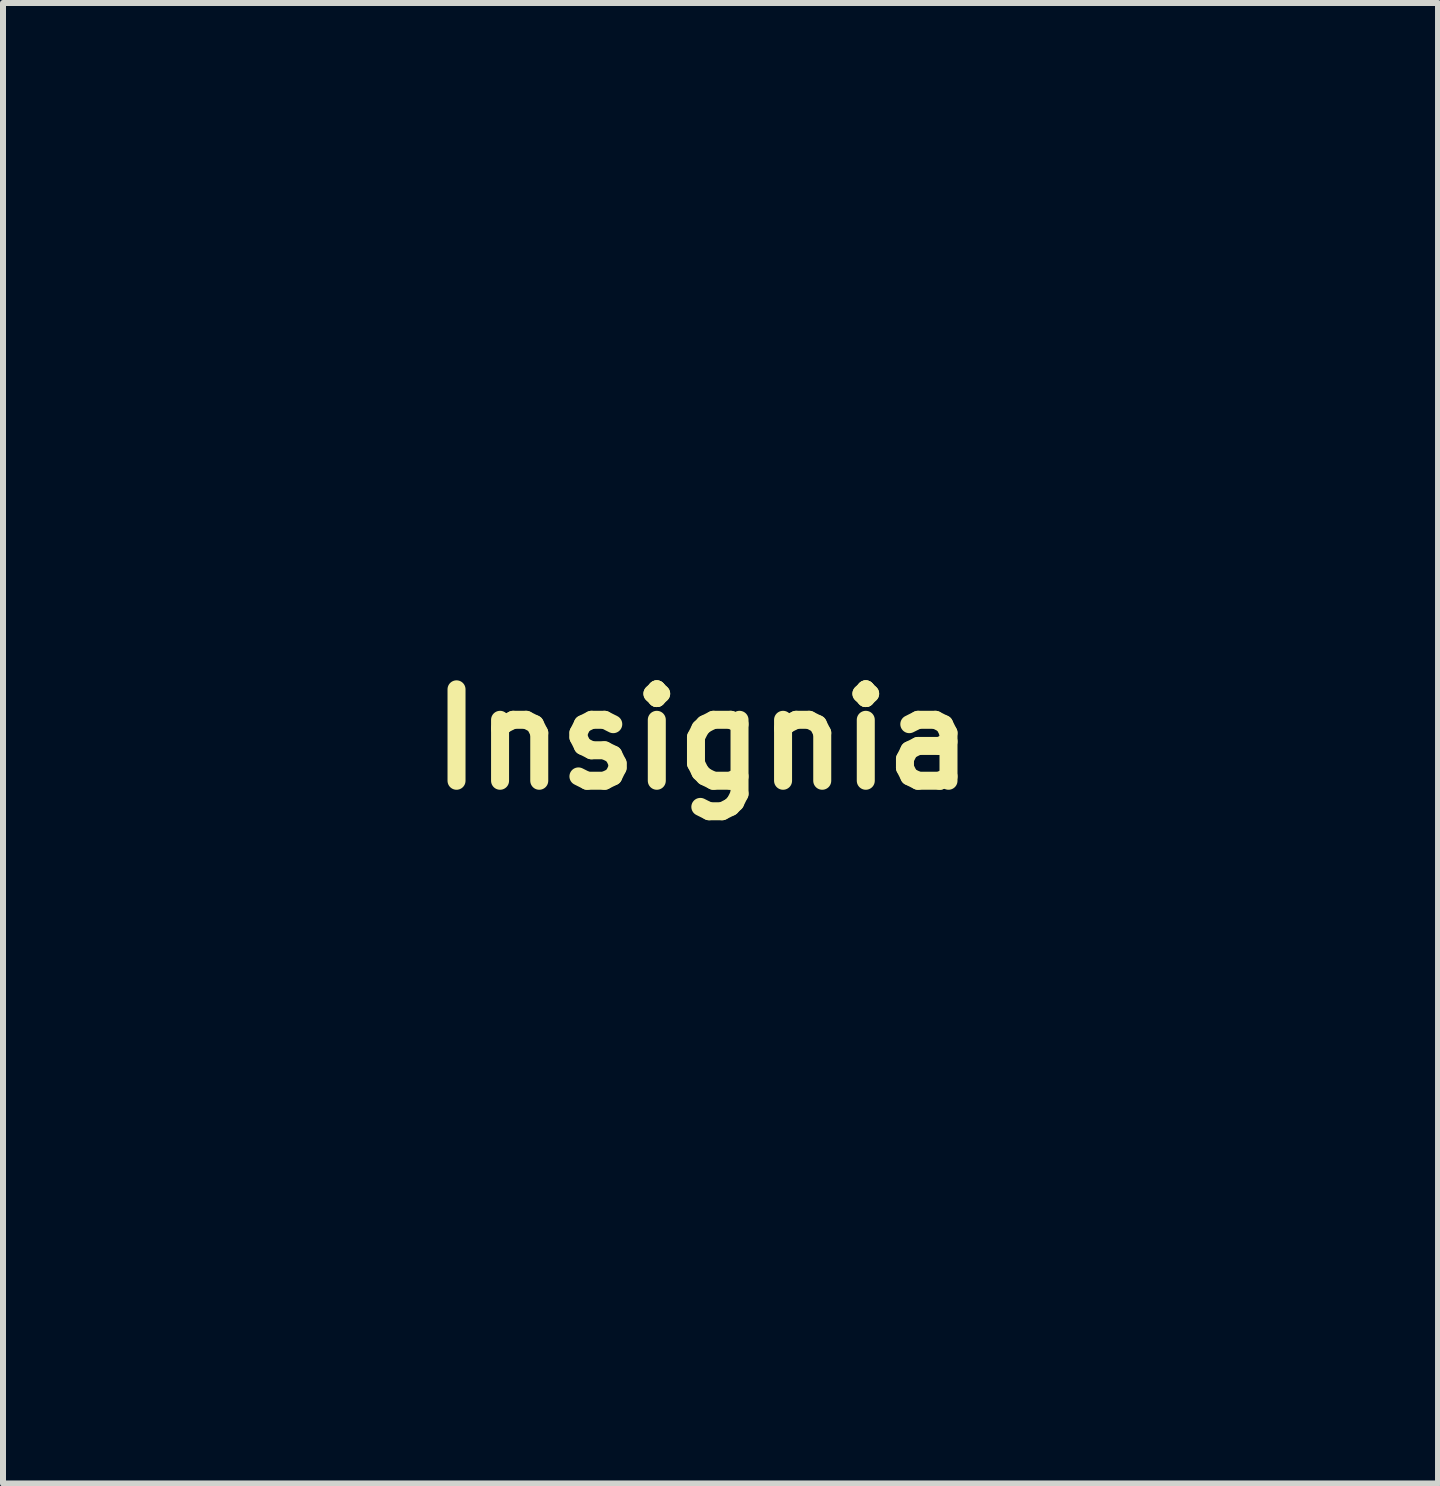
<source format=kicad_pcb>
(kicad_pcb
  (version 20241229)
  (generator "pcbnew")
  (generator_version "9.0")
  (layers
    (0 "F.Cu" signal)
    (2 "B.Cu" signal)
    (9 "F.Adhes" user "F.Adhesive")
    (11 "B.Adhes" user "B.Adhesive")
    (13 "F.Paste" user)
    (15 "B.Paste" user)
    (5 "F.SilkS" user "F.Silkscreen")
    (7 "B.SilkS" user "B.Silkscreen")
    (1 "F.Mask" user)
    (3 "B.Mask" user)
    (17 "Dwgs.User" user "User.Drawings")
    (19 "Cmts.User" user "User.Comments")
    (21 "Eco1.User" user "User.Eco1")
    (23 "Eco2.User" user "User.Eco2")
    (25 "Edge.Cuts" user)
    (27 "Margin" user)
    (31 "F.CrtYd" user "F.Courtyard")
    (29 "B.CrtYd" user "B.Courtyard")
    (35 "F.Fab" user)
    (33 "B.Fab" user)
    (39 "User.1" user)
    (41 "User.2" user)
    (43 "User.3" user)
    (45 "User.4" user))
  (footprint "Insignia"
    (layer "F.Cu")
    (at 8.66 9.275)
    (property "Reference" "Insignia" (at 0 0 0) (layer "F.SilkS") (effects (font (size 1.524 1.524) (thickness 0.3))))
    (attr through_hole)
    (fp_poly (pts (xy 6.689 -1.82) (xy 6.646 -1.778) (xy 6.604 -1.82) (xy 6.646 -1.863) (xy 6.689 -1.82)) (stroke (width 0.01) (type solid)) (fill no) (layer "Eco2.User"))
    (fp_poly (pts (xy -5.362 9.342) (xy -5.374 9.392) (xy -5.419 9.398) (xy -5.488 9.367) (xy -5.475 9.342) (xy -5.375 9.331) (xy -5.362 9.342)) (stroke (width 0.01) (type solid)) (fill no) (layer "Eco2.User"))
    (fp_poly (pts (xy 1.665 -6.999) (xy 1.675 -6.899) (xy 1.665 -6.886) (xy 1.615 -6.898) (xy 1.609 -6.943) (xy 1.64 -7.012) (xy 1.665 -6.999)) (stroke (width 0.01) (type solid)) (fill no) (layer "Eco2.User"))
    (fp_poly (pts (xy -3.915 2.59) (xy -4.033 2.776) (xy -4.07 2.825) (xy -4.233 2.999) (xy -4.329 3.035) (xy -4.344 2.933) (xy -4.308 2.802) (xy -4.197 2.613) (xy -4.059 2.514) (xy -3.924 2.506) (xy -3.915 2.59)) (stroke (width 0.01) (type solid)) (fill no) (layer "Eco2.User"))
    (fp_poly (pts (xy -5.767 -1.272) (xy -5.554 -1.205) (xy -5.275 -1.087) (xy -5.207 -1.054) (xy -4.909 -0.9) (xy -4.766 -0.806) (xy -4.78 -0.773) (xy -4.948 -0.804) (xy -5.207 -0.88) (xy -5.559 -1.007) (xy -5.791 -1.127) (xy -5.886 -1.228) (xy -5.872 -1.273) (xy -5.767 -1.272)) (stroke (width 0.01) (type solid)) (fill no) (layer "Eco2.User"))
    (fp_poly (pts (xy 0.532 -8.222) (xy 0.568 -8.096) (xy 0.52 -8.015) (xy 0.426 -7.879) (xy 0.285 -7.65) (xy 0.163 -7.44) (xy 0.038 -7.233) (xy -0.04 -7.131) (xy -0.054 -7.154) (xy 0.04 -7.508) (xy 0.135 -7.767) (xy 0.258 -8) (xy 0.274 -8.028) (xy 0.413 -8.211) (xy 0.515 -8.236) (xy 0.532 -8.222)) (stroke (width 0.01) (type solid)) (fill no) (layer "Eco2.User"))
    (fp_poly (pts (xy -6.579 8.613) (xy -6.44 8.737) (xy -6.433 8.746) (xy -6.253 8.914) (xy -6.001 9.084) (xy -5.907 9.134) (xy -5.707 9.246) (xy -5.668 9.304) (xy -5.72 9.313) (xy -5.888 9.269) (xy -6.128 9.157) (xy -6.281 9.068) (xy -6.567 8.872) (xy -6.714 8.734) (xy -6.733 8.638) (xy -6.687 8.592) (xy -6.579 8.613)) (stroke (width 0.01) (type solid)) (fill no) (layer "Eco2.User"))
    (fp_poly (pts (xy 6.914 -1.744) (xy 7.126 -1.66) (xy 7.376 -1.547) (xy 7.616 -1.427) (xy 7.798 -1.324) (xy 7.874 -1.26) (xy 7.874 -1.259) (xy 7.858 -1.208) (xy 7.79 -1.208) (xy 7.643 -1.271) (xy 7.391 -1.405) (xy 7.239 -1.489) (xy 6.996 -1.629) (xy 6.835 -1.732) (xy 6.787 -1.775) (xy 6.789 -1.776) (xy 6.914 -1.744)) (stroke (width 0.01) (type solid)) (fill no) (layer "Eco2.User"))
    (fp_poly (pts (xy 2.189 3.563) (xy 2.178 3.602) (xy 2.125 3.698) (xy 2.017 3.878) (xy 1.838 4.165) (xy 1.755 4.297) (xy 1.566 4.594) (xy 1.446 4.76) (xy 1.381 4.812) (xy 1.357 4.765) (xy 1.355 4.715) (xy 1.4 4.608) (xy 1.518 4.414) (xy 1.679 4.174) (xy 1.855 3.928) (xy 2.016 3.717) (xy 2.133 3.583) (xy 2.172 3.556) (xy 2.189 3.563)) (stroke (width 0.01) (type solid)) (fill no) (layer "Eco2.User"))
    (fp_poly (pts (xy 2.578 -3.098) (xy 2.462 -2.924) (xy 2.27 -2.703) (xy 2.028 -2.466) (xy 1.763 -2.244) (xy 1.676 -2.179) (xy 1.395 -1.97) (xy 1.15 -1.773) (xy 0.991 -1.629) (xy 0.982 -1.619) (xy 0.784 -1.463) (xy 0.613 -1.47) (xy 0.521 -1.55) (xy 0.503 -1.636) (xy 0.58 -1.761) (xy 0.771 -1.948) (xy 0.913 -2.071) (xy 1.169 -2.276) (xy 1.472 -2.501) (xy 1.789 -2.724) (xy 2.09 -2.926) (xy 2.345 -3.085) (xy 2.522 -3.181) (xy 2.589 -3.197) (xy 2.578 -3.098)) (stroke (width 0.01) (type solid)) (fill no) (layer "Eco2.User"))
    (fp_poly (pts (xy -1.078 -2.945) (xy -0.889 -2.814) (xy -0.684 -2.641) (xy -0.498 -2.452) (xy -0.373 -2.29) (xy -0.182 -2.019) (xy 0.069 -1.705) (xy 0.279 -1.467) (xy 0.489 -1.238) (xy 0.596 -1.098) (xy 0.613 -1.015) (xy 0.556 -0.958) (xy 0.52 -0.938) (xy 0.401 -0.877) (xy 0.313 -0.865) (xy 0.216 -0.923) (xy 0.07 -1.07) (xy -0.079 -1.232) (xy -0.247 -1.431) (xy -0.454 -1.704) (xy -0.677 -2.016) (xy -0.894 -2.333) (xy -1.08 -2.62) (xy -1.213 -2.845) (xy -1.269 -2.971) (xy -1.27 -2.977) (xy -1.216 -3.009) (xy -1.078 -2.945)) (stroke (width 0.01) (type solid)) (fill no) (layer "Eco2.User"))
    (fp_poly (pts (xy 1.542 -1.202) (xy 1.58 -1.166) (xy 1.635 -1.088) (xy 1.617 -1.007) (xy 1.505 -0.892) (xy 1.279 -0.715) (xy 1.215 -0.668) (xy 0.964 -0.489) (xy 0.649 -0.275) (xy 0.3 -0.044) (xy -0.053 0.183) (xy -0.379 0.388) (xy -0.648 0.551) (xy -0.829 0.653) (xy -0.889 0.677) (xy -0.87 0.619) (xy -0.767 0.469) (xy -0.661 0.333) (xy -0.47 0.137) (xy -0.182 -0.114) (xy 0.156 -0.379) (xy 0.371 -0.535) (xy 0.698 -0.762) (xy 0.986 -0.965) (xy 1.199 -1.115) (xy 1.286 -1.178) (xy 1.428 -1.252) (xy 1.542 -1.202)) (stroke (width 0.01) (type solid)) (fill no) (layer "Eco2.User"))
    (fp_poly (pts (xy 1.889 -1.831) (xy 2.063 -1.672) (xy 2.224 -1.512) (xy 2.398 -1.319) (xy 2.617 -1.051) (xy 2.861 -0.733) (xy 3.112 -0.392) (xy 3.352 -0.053) (xy 3.563 0.257) (xy 3.726 0.514) (xy 3.823 0.691) (xy 3.836 0.761) (xy 3.833 0.762) (xy 3.726 0.721) (xy 3.536 0.619) (xy 3.455 0.571) (xy 3.262 0.413) (xy 3.021 0.158) (xy 2.776 -0.145) (xy 2.704 -0.245) (xy 2.444 -0.591) (xy 2.155 -0.94) (xy 1.893 -1.224) (xy 1.85 -1.267) (xy 1.632 -1.478) (xy 1.522 -1.609) (xy 1.502 -1.695) (xy 1.558 -1.773) (xy 1.602 -1.815) (xy 1.693 -1.886) (xy 1.777 -1.897) (xy 1.889 -1.831)) (stroke (width 0.01) (type solid)) (fill no) (layer "Eco2.User"))
    (fp_poly (pts (xy -4.413 4.212) (xy -4.403 4.335) (xy -4.418 4.525) (xy -4.46 4.821) (xy -4.519 5.164) (xy -4.528 5.212) (xy -4.706 5.824) (xy -5.011 6.443) (xy -5.456 7.092) (xy -5.652 7.336) (xy -6.128 7.82) (xy -6.677 8.227) (xy -7.263 8.538) (xy -7.85 8.734) (xy -8.401 8.796) (xy -8.412 8.795) (xy -8.603 8.788) (xy -8.655 8.777) (xy -8.56 8.753) (xy -8.307 8.71) (xy -8.301 8.709) (xy -7.549 8.508) (xy -6.871 8.163) (xy -6.256 7.667) (xy -5.739 7.076) (xy -5.353 6.53) (xy -5.076 6.047) (xy -4.887 5.582) (xy -4.765 5.09) (xy -4.741 4.953) (xy -4.679 4.647) (xy -4.602 4.397) (xy -4.524 4.226) (xy -4.456 4.157) (xy -4.413 4.212)) (stroke (width 0.01) (type solid)) (fill no) (layer "Eco2.User"))
    (fp_poly (pts (xy -3.328 2.757) (xy -3.395 2.885) (xy -3.563 3.073) (xy -3.815 3.3) (xy -3.959 3.415) (xy -4.313 3.715) (xy -4.728 4.104) (xy -5.163 4.541) (xy -5.576 4.985) (xy -5.928 5.393) (xy -6.121 5.642) (xy -6.481 6.213) (xy -6.737 6.776) (xy -6.875 7.295) (xy -6.893 7.468) (xy -6.926 7.733) (xy -6.983 7.897) (xy -7.049 7.943) (xy -7.105 7.852) (xy -7.128 7.731) (xy -7.113 7.178) (xy -6.944 6.581) (xy -6.618 5.937) (xy -6.135 5.244) (xy -5.494 4.5) (xy -5.216 4.21) (xy -4.957 3.961) (xy -4.65 3.684) (xy -4.323 3.404) (xy -4.005 3.143) (xy -3.723 2.925) (xy -3.507 2.773) (xy -3.384 2.71) (xy -3.378 2.709) (xy -3.328 2.757)) (stroke (width 0.01) (type solid)) (fill no) (layer "Eco2.User"))
    (fp_poly (pts (xy -5.099 -2.365) (xy -5.201 -2.264) (xy -5.376 -2.11) (xy -5.886 -1.64) (xy -6.263 -1.225) (xy -6.523 -0.836) (xy -6.684 -0.446) (xy -6.76 -0.029) (xy -6.773 0.257) (xy -6.714 0.832) (xy -6.537 1.287) (xy -6.239 1.623) (xy -5.82 1.84) (xy -5.279 1.94) (xy -5.056 1.947) (xy -4.474 1.89) (xy -3.818 1.728) (xy -3.136 1.473) (xy -2.786 1.308) (xy -2.364 1.095) (xy -2.584 1.426) (xy -2.854 1.704) (xy -3.258 1.948) (xy -3.764 2.146) (xy -4.336 2.283) (xy -4.911 2.347) (xy -5.291 2.357) (xy -5.562 2.341) (xy -5.783 2.289) (xy -6.015 2.193) (xy -6.054 2.174) (xy -6.518 1.886) (xy -6.841 1.527) (xy -7.034 1.078) (xy -7.11 0.52) (xy -7.112 0.394) (xy -7.045 -0.264) (xy -6.843 -0.827) (xy -6.649 -1.133) (xy -6.422 -1.381) (xy -6.099 -1.674) (xy -5.73 -1.971) (xy -5.365 -2.229) (xy -5.249 -2.301) (xy -5.117 -2.375) (xy -5.099 -2.365)) (stroke (width 0.01) (type solid)) (fill no) (layer "Eco2.User"))
    (fp_poly (pts (xy 7.807 -5.274) (xy 8.335 -5.097) (xy 8.749 -4.811) (xy 9.039 -4.422) (xy 9.152 -4.132) (xy 9.233 -3.684) (xy 9.255 -3.178) (xy 9.22 -2.677) (xy 9.132 -2.246) (xy 9.077 -2.094) (xy 8.843 -1.696) (xy 8.495 -1.271) (xy 8.073 -0.863) (xy 7.731 -0.594) (xy 7.324 -0.305) (xy 7.884 -0.904) (xy 8.324 -1.418) (xy 8.632 -1.887) (xy 8.823 -2.349) (xy 8.916 -2.84) (xy 8.93 -3.175) (xy 8.887 -3.748) (xy 8.75 -4.195) (xy 8.511 -4.538) (xy 8.241 -4.75) (xy 8.045 -4.853) (xy 7.836 -4.911) (xy 7.559 -4.936) (xy 7.244 -4.938) (xy 6.785 -4.913) (xy 6.363 -4.837) (xy 5.935 -4.697) (xy 5.459 -4.48) (xy 4.894 -4.17) (xy 4.877 -4.161) (xy 4.561 -3.98) (xy 4.302 -3.835) (xy 4.135 -3.746) (xy 4.089 -3.725) (xy 4.105 -3.791) (xy 4.186 -3.958) (xy 4.249 -4.074) (xy 4.481 -4.348) (xy 4.845 -4.617) (xy 5.305 -4.864) (xy 5.826 -5.074) (xy 6.37 -5.232) (xy 6.901 -5.32) (xy 7.177 -5.334) (xy 7.807 -5.274)) (stroke (width 0.01) (type solid)) (fill no) (layer "Eco2.User"))
    (fp_poly (pts (xy -0.435 -9.24) (xy 0.096 -9.122) (xy 0.317 -9.026) (xy 0.648 -8.787) (xy 0.98 -8.436) (xy 1.268 -8.023) (xy 1.391 -7.789) (xy 1.532 -7.462) (xy 1.596 -7.264) (xy 1.585 -7.2) (xy 1.501 -7.279) (xy 1.349 -7.505) (xy 1.305 -7.578) (xy 0.967 -8.095) (xy 0.646 -8.468) (xy 0.314 -8.717) (xy -0.058 -8.862) (xy -0.499 -8.921) (xy -0.677 -8.925) (xy -1.255 -8.871) (xy -1.712 -8.702) (xy -2.058 -8.41) (xy -2.304 -7.985) (xy -2.455 -7.452) (xy -2.493 -7.01) (xy -2.437 -6.53) (xy -2.282 -5.985) (xy -2.022 -5.348) (xy -1.94 -5.173) (xy -1.777 -4.824) (xy -1.648 -4.537) (xy -1.566 -4.342) (xy -1.544 -4.271) (xy -1.625 -4.292) (xy -1.801 -4.371) (xy -1.87 -4.405) (xy -2.04 -4.515) (xy -2.178 -4.67) (xy -2.313 -4.91) (xy -2.445 -5.208) (xy -2.719 -5.933) (xy -2.884 -6.558) (xy -2.942 -7.109) (xy -2.894 -7.613) (xy -2.743 -8.096) (xy -2.666 -8.265) (xy -2.451 -8.619) (xy -2.192 -8.861) (xy -2.089 -8.926) (xy -1.58 -9.14) (xy -1.011 -9.245) (xy -0.435 -9.24)) (stroke (width 0.01) (type solid)) (fill no) (layer "Eco2.User"))
    (fp_poly (pts (xy 4.297 2.067) (xy 4.479 2.154) (xy 4.562 2.196) (xy 4.769 2.33) (xy 4.918 2.514) (xy 5.052 2.801) (xy 5.066 2.839) (xy 5.257 3.513) (xy 5.31 4.16) (xy 5.232 4.76) (xy 5.026 5.293) (xy 4.699 5.739) (xy 4.255 6.078) (xy 4.25 6.081) (xy 3.943 6.199) (xy 3.541 6.283) (xy 3.11 6.327) (xy 2.716 6.323) (xy 2.455 6.276) (xy 1.929 6.021) (xy 1.436 5.625) (xy 1.007 5.119) (xy 0.679 4.549) (xy 0.516 4.176) (xy 0.419 3.925) (xy 0.391 3.803) (xy 0.431 3.817) (xy 0.541 3.973) (xy 0.646 4.149) (xy 0.862 4.475) (xy 1.148 4.846) (xy 1.452 5.193) (xy 1.519 5.263) (xy 1.919 5.629) (xy 2.285 5.862) (xy 2.661 5.979) (xy 3.091 5.999) (xy 3.285 5.984) (xy 3.831 5.858) (xy 4.271 5.601) (xy 4.606 5.212) (xy 4.704 5.035) (xy 4.879 4.516) (xy 4.907 3.964) (xy 4.786 3.365) (xy 4.515 2.704) (xy 4.514 2.703) (xy 4.37 2.405) (xy 4.264 2.176) (xy 4.212 2.048) (xy 4.211 2.032) (xy 4.297 2.067)) (stroke (width 0.01) (type solid)) (fill no) (layer "Eco2.User"))
    (fp_poly (pts (xy -4.585 -5.268) (xy -4.288 -5.201) (xy -4.035 -5.114) (xy -3.659 -4.956) (xy -3.182 -4.738) (xy -2.629 -4.472) (xy -2.023 -4.17) (xy -1.389 -3.842) (xy -0.748 -3.502) (xy -0.127 -3.16) (xy 0.165 -2.995) (xy 0.532 -2.785) (xy 0.77 -2.64) (xy 0.9 -2.542) (xy 0.942 -2.472) (xy 0.914 -2.413) (xy 0.849 -2.355) (xy 0.748 -2.285) (xy 0.649 -2.268) (xy 0.512 -2.316) (xy 0.293 -2.439) (xy 0.143 -2.53) (xy -0.326 -2.808) (xy -0.876 -3.116) (xy -1.472 -3.439) (xy -2.08 -3.758) (xy -2.667 -4.055) (xy -3.198 -4.313) (xy -3.64 -4.515) (xy -3.87 -4.61) (xy -4.594 -4.835) (xy -5.231 -4.922) (xy -5.778 -4.869) (xy -6.234 -4.678) (xy -6.557 -4.393) (xy -6.877 -3.904) (xy -7.033 -3.403) (xy -7.023 -2.902) (xy -6.849 -2.415) (xy -6.529 -1.976) (xy -6.419 -1.832) (xy -6.432 -1.737) (xy -6.471 -1.698) (xy -6.574 -1.666) (xy -6.712 -1.742) (xy -6.862 -1.879) (xy -7.213 -2.337) (xy -7.407 -2.836) (xy -7.444 -3.358) (xy -7.325 -3.882) (xy -7.05 -4.39) (xy -6.797 -4.691) (xy -6.351 -5.049) (xy -5.84 -5.264) (xy -5.255 -5.336) (xy -4.585 -5.268)) (stroke (width 0.01) (type solid)) (fill no) (layer "Eco2.User"))
    (fp_poly (pts (xy 8.723 -0.798) (xy 8.87 -0.592) (xy 9.002 -0.315) (xy 9.102 0.001) (xy 9.154 0.326) (xy 9.157 0.414) (xy 9.086 1.029) (xy 8.876 1.571) (xy 8.548 2.024) (xy 8.121 2.375) (xy 7.616 2.609) (xy 7.052 2.712) (xy 6.45 2.669) (xy 6.138 2.587) (xy 5.754 2.441) (xy 5.259 2.22) (xy 4.686 1.942) (xy 4.067 1.624) (xy 3.435 1.284) (xy 2.823 0.939) (xy 2.262 0.605) (xy 1.785 0.301) (xy 1.626 0.192) (xy 1.354 -0.008) (xy 1.207 -0.144) (xy 1.164 -0.239) (xy 1.191 -0.304) (xy 1.303 -0.405) (xy 1.347 -0.423) (xy 1.435 -0.379) (xy 1.636 -0.258) (xy 1.922 -0.077) (xy 2.265 0.146) (xy 2.353 0.204) (xy 2.751 0.453) (xy 3.255 0.749) (xy 3.815 1.063) (xy 4.386 1.37) (xy 4.794 1.58) (xy 6.284 2.328) (xy 6.945 2.328) (xy 7.295 2.322) (xy 7.536 2.293) (xy 7.724 2.226) (xy 7.92 2.107) (xy 7.971 2.072) (xy 8.408 1.672) (xy 8.697 1.197) (xy 8.832 0.656) (xy 8.842 0.476) (xy 8.831 0.142) (xy 8.778 -0.103) (xy 8.66 -0.336) (xy 8.607 -0.418) (xy 8.462 -0.674) (xy 8.433 -0.829) (xy 8.456 -0.869) (xy 8.58 -0.9) (xy 8.723 -0.798)) (stroke (width 0.01) (type solid)) (fill no) (layer "Eco2.User"))
    (fp_poly (pts (xy -0.101 -0.899) (xy -0.04 -0.819) (xy -0.044 -0.731) (xy -0.131 -0.603) (xy -0.317 -0.401) (xy -0.399 -0.317) (xy -0.747 0.066) (xy -1.136 0.542) (xy -1.539 1.071) (xy -1.925 1.612) (xy -2.267 2.128) (xy -2.536 2.579) (xy -2.633 2.764) (xy -2.91 3.456) (xy -3.039 4.085) (xy -3.02 4.645) (xy -2.854 5.132) (xy -2.542 5.54) (xy -2.085 5.865) (xy -2.082 5.866) (xy -1.824 5.975) (xy -1.527 6.032) (xy -1.131 6.05) (xy -1.101 6.05) (xy -0.573 6.01) (xy -0.13 5.875) (xy 0.292 5.62) (xy 0.487 5.466) (xy 0.666 5.334) (xy 0.775 5.315) (xy 0.835 5.362) (xy 0.841 5.489) (xy 0.721 5.668) (xy 0.5 5.873) (xy 0.204 6.079) (xy 0.012 6.187) (xy -0.374 6.322) (xy -0.85 6.398) (xy -1.348 6.409) (xy -1.797 6.352) (xy -1.92 6.318) (xy -2.479 6.069) (xy -2.91 5.725) (xy -3.1 5.49) (xy -3.228 5.282) (xy -3.307 5.077) (xy -3.35 4.818) (xy -3.373 4.452) (xy -3.344 3.772) (xy -3.188 3.113) (xy -2.895 2.432) (xy -2.769 2.201) (xy -2.58 1.898) (xy -2.311 1.506) (xy -1.99 1.06) (xy -1.642 0.595) (xy -1.295 0.146) (xy -0.976 -0.249) (xy -0.71 -0.557) (xy -0.607 -0.666) (xy -0.4 -0.866) (xy -0.271 -0.959) (xy -0.183 -0.963) (xy -0.101 -0.899)) (stroke (width 0.01) (type solid)) (fill no) (layer "Eco2.User"))
    (fp_poly (pts (xy 3.153 -9.266) (xy 3.469 -9.25) (xy 3.697 -9.216) (xy 3.878 -9.158) (xy 4.022 -9.088) (xy 4.512 -8.738) (xy 4.865 -8.296) (xy 5.079 -7.772) (xy 5.154 -7.177) (xy 5.085 -6.522) (xy 4.873 -5.817) (xy 4.677 -5.376) (xy 4.508 -5.056) (xy 4.273 -4.64) (xy 3.995 -4.163) (xy 3.693 -3.659) (xy 3.389 -3.163) (xy 3.103 -2.709) (xy 2.857 -2.332) (xy 2.672 -2.067) (xy 2.663 -2.055) (xy 2.502 -1.853) (xy 2.402 -1.768) (xy 2.325 -1.783) (xy 2.263 -1.844) (xy 2.218 -1.914) (xy 2.213 -2.003) (xy 2.262 -2.136) (xy 2.374 -2.339) (xy 2.563 -2.638) (xy 2.748 -2.921) (xy 3.14 -3.532) (xy 3.517 -4.156) (xy 3.865 -4.762) (xy 4.167 -5.321) (xy 4.405 -5.803) (xy 4.563 -6.179) (xy 4.571 -6.201) (xy 4.725 -6.828) (xy 4.733 -7.404) (xy 4.6 -7.915) (xy 4.33 -8.348) (xy 3.937 -8.678) (xy 3.737 -8.795) (xy 3.561 -8.869) (xy 3.362 -8.911) (xy 3.091 -8.928) (xy 2.702 -8.932) (xy 2.674 -8.932) (xy 2.233 -8.925) (xy 1.921 -8.898) (xy 1.694 -8.846) (xy 1.535 -8.777) (xy 1.338 -8.682) (xy 1.221 -8.675) (xy 1.122 -8.748) (xy 1.062 -8.833) (xy 1.098 -8.91) (xy 1.253 -9.011) (xy 1.365 -9.072) (xy 1.55 -9.159) (xy 1.738 -9.216) (xy 1.971 -9.25) (xy 2.292 -9.265) (xy 2.709 -9.27) (xy 3.153 -9.266)) (stroke (width 0.01) (type solid)) (fill no) (layer "Eco2.User")))
  (gr_rect
    (start -3 -3)
    (end 20.92 21.678)
    (stroke (width 0.1) (type default))
    (fill no)
    (layer "Edge.Cuts")))
</source>
